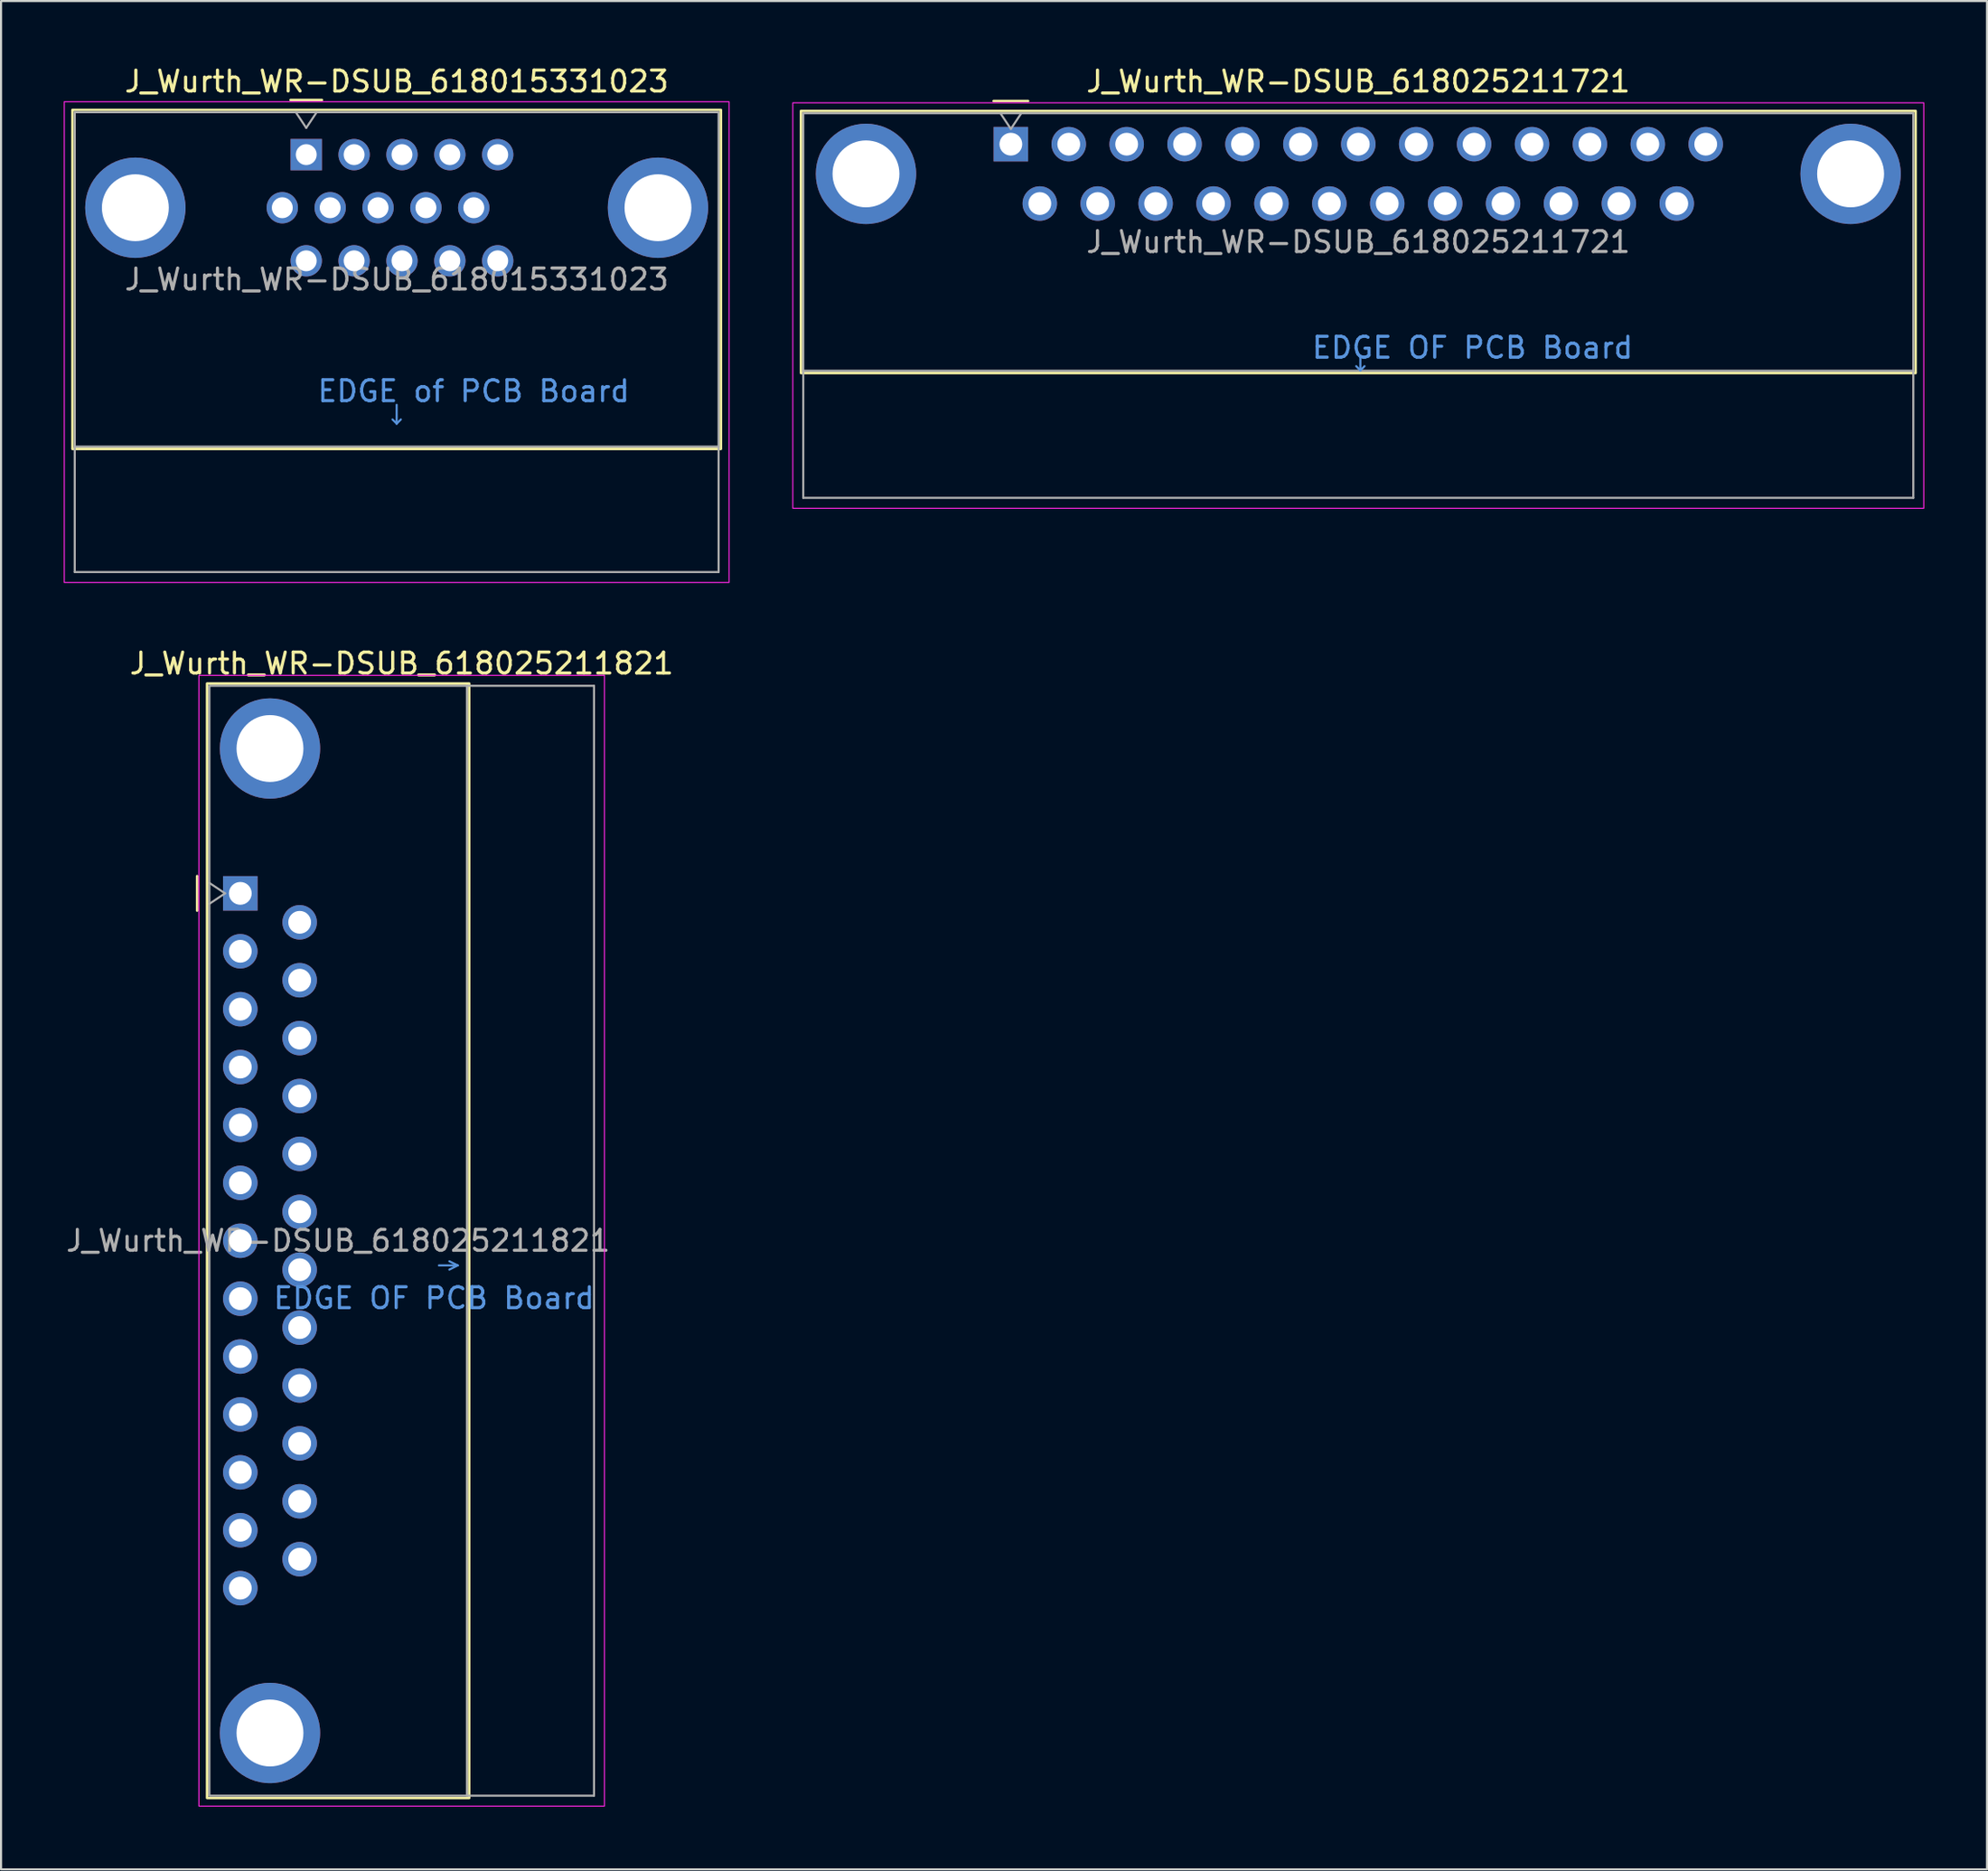
<source format=kicad_pcb>
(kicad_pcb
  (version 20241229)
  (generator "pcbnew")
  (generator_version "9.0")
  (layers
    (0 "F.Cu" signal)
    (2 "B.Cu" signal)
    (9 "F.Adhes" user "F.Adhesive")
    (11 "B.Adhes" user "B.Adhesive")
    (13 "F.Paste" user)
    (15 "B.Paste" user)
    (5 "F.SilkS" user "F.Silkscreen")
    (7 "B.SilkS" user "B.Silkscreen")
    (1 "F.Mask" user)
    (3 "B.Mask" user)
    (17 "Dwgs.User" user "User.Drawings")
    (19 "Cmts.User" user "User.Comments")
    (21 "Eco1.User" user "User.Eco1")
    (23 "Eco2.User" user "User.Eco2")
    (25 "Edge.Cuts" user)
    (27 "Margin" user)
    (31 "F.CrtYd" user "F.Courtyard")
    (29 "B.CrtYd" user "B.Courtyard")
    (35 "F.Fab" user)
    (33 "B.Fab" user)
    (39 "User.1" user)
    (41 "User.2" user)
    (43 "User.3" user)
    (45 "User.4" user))
  (footprint "J_Wurth_WR-DSUB_618015331023"
    (layer "F.Cu")
    (at 11.599 4.348)
    (property "Reference" "J_Wurth_WR-DSUB_618015331023" (at 4.326 -3.5 0) (unlocked yes) (layer "F.SilkS") (effects (font (size 1 1) (thickness 0.15))))
    (attr through_hole)
    (fp_line (start 0.75 -2.615) (end -0.75 -2.615) (stroke (width 0.12) (type solid)) (layer "F.SilkS"))
    (fp_rect (start -11.184 -2.14) (end 19.836 14.08) (stroke (width 0.12) (type solid)) (fill no) (layer "F.SilkS"))
    (fp_line (start 4.326 11.97) (end 4.326 12.87) (stroke (width 0.1) (type solid)) (layer "Cmts.User"))
    (fp_line (start 4.326 12.87) (end 4.126 12.67) (stroke (width 0.1) (type solid)) (layer "Cmts.User"))
    (fp_line (start 4.326 12.87) (end 4.526 12.67) (stroke (width 0.1) (type solid)) (layer "Cmts.User"))
    (fp_rect (start -11.574 -2.53) (end 20.226 20.47) (stroke (width 0.05) (type solid)) (fill no) (layer "F.CrtYd"))
    (fp_line (start -11.074 19.97) (end -11.074 13.97) (stroke (width 0.1) (type solid)) (layer "F.Fab"))
    (fp_line (start 0 -1.28) (end -0.5 -2.03) (stroke (width 0.1) (type solid)) (layer "F.Fab"))
    (fp_line (start 0 -1.28) (end 0.5 -2.03) (stroke (width 0.1) (type solid)) (layer "F.Fab"))
    (fp_line (start 19.726 13.97) (end 19.726 19.97) (stroke (width 0.1) (type solid)) (layer "F.Fab"))
    (fp_line (start 19.726 19.97) (end -11.074 19.97) (stroke (width 0.1) (type solid)) (layer "F.Fab"))
    (fp_rect (start -11.074 -2.03) (end 19.726 13.97) (stroke (width 0.1) (type solid)) (fill no) (layer "F.Fab"))
    (fp_text user " EDGE of PCB Board" (at -0.304 11.9 0) (unlocked yes) (layer "Cmts.User") (effects (font (size 1 1) (thickness 0.15)) (justify left bottom)))
    (fp_text user "${REFERENCE}" (at 4.326 5.97 0) (unlocked yes) (layer "F.Fab") (effects (font (size 1 1) (thickness 0.15))))
    (pad "1" thru_hole rect (at 0 0) (size 1.5 1.5) (drill 1) (layers "*.Cu" "*.Mask"))
    (pad "2" thru_hole circle (at 2.29 0) (size 1.5 1.5) (drill 1) (layers "*.Cu" "*.Mask"))
    (pad "3" thru_hole circle (at 4.58 0) (size 1.5 1.5) (drill 1) (layers "*.Cu" "*.Mask"))
    (pad "4" thru_hole circle (at 6.87 0) (size 1.5 1.5) (drill 1) (layers "*.Cu" "*.Mask"))
    (pad "5" thru_hole circle (at 9.16 0) (size 1.5 1.5) (drill 1) (layers "*.Cu" "*.Mask"))
    (pad "6" thru_hole circle (at -1.145 2.54) (size 1.5 1.5) (drill 1) (layers "*.Cu" "*.Mask"))
    (pad "7" thru_hole circle (at 1.145 2.54) (size 1.5 1.5) (drill 1) (layers "*.Cu" "*.Mask"))
    (pad "8" thru_hole circle (at 3.435 2.54) (size 1.5 1.5) (drill 1) (layers "*.Cu" "*.Mask"))
    (pad "9" thru_hole circle (at 5.725 2.54) (size 1.5 1.5) (drill 1) (layers "*.Cu" "*.Mask"))
    (pad "10" thru_hole circle (at 8.015 2.54) (size 1.5 1.5) (drill 1) (layers "*.Cu" "*.Mask"))
    (pad "11" thru_hole circle (at 0 5.08) (size 1.5 1.5) (drill 1) (layers "*.Cu" "*.Mask"))
    (pad "12" thru_hole circle (at 2.29 5.08) (size 1.5 1.5) (drill 1) (layers "*.Cu" "*.Mask"))
    (pad "13" thru_hole circle (at 4.58 5.08) (size 1.5 1.5) (drill 1) (layers "*.Cu" "*.Mask"))
    (pad "14" thru_hole circle (at 6.87 5.08) (size 1.5 1.5) (drill 1) (layers "*.Cu" "*.Mask"))
    (pad "15" thru_hole circle (at 9.16 5.08) (size 1.5 1.5) (drill 1) (layers "*.Cu" "*.Mask"))
    (pad "S1" thru_hole circle (at -8.174 2.54) (size 4.8 4.8) (drill 3.2) (layers "*.Cu" "*.Mask"))
    (pad "S2" thru_hole circle (at 16.826 2.54) (size 4.8 4.8) (drill 3.2) (layers "*.Cu" "*.Mask")))
  (footprint "J_Wurth_WR-DSUB_618025211821"
    (layer "F.Cu")
    (at 8.445 39.691)
    (property "Reference" "J_Wurth_WR-DSUB_618025211821" (at 7.72 -11 0) (unlocked yes) (layer "F.SilkS") (effects (font (size 1 1) (thickness 0.15))))
    (attr through_hole)
    (fp_line (start -2.065 -0.825) (end -2.065 0.825) (stroke (width 0.12) (type solid)) (layer "F.SilkS"))
    (fp_rect (start -1.59 -10.04) (end 10.95 43.28) (stroke (width 0.12) (type solid)) (fill no) (layer "F.SilkS"))
    (fp_line (start 9.5 17.8) (end 10.4 17.8) (stroke (width 0.1) (type solid)) (layer "Cmts.User"))
    (fp_line (start 10.4 17.8) (end 10 17.6) (stroke (width 0.1) (type solid)) (layer "Cmts.User"))
    (fp_line (start 10.4 17.8) (end 10 18) (stroke (width 0.1) (type solid)) (layer "Cmts.User"))
    (fp_rect (start -1.98 -10.43) (end 17.42 43.67) (stroke (width 0.05) (type solid)) (fill no) (layer "F.CrtYd"))
    (fp_line (start -0.73 0) (end -1.48 -0.5) (stroke (width 0.1) (type solid)) (layer "F.Fab"))
    (fp_line (start -0.73 0) (end -1.48 0.5) (stroke (width 0.1) (type solid)) (layer "F.Fab"))
    (fp_line (start 10.84 -9.93) (end 16.92 -9.93) (stroke (width 0.1) (type solid)) (layer "F.Fab"))
    (fp_line (start 16.92 -9.93) (end 16.92 43.17) (stroke (width 0.1) (type solid)) (layer "F.Fab"))
    (fp_line (start 16.92 43.17) (end 10.84 43.17) (stroke (width 0.1) (type solid)) (layer "F.Fab"))
    (fp_rect (start -1.48 -9.93) (end 10.84 43.17) (stroke (width 0.1) (type solid)) (fill no) (layer "F.Fab"))
    (fp_text user "EDGE OF PCB Board" (at 1.5 19.95 0) (unlocked yes) (layer "Cmts.User") (effects (font (size 1 1) (thickness 0.15)) (justify left bottom)))
    (fp_text user "${REFERENCE}" (at 4.68 16.62 0) (unlocked yes) (layer "F.Fab") (effects (font (size 1 1) (thickness 0.15))))
    (pad "1" thru_hole rect (at 0 0 90) (size 1.65 1.65) (drill 1.09) (layers "*.Cu" "*.Mask"))
    (pad "2" thru_hole circle (at 0 2.77 90) (size 1.65 1.65) (drill 1.09) (layers "*.Cu" "*.Mask"))
    (pad "3" thru_hole circle (at 0 5.54 90) (size 1.65 1.65) (drill 1.09) (layers "*.Cu" "*.Mask"))
    (pad "4" thru_hole circle (at 0 8.31 90) (size 1.65 1.65) (drill 1.09) (layers "*.Cu" "*.Mask"))
    (pad "5" thru_hole circle (at 0 11.08 90) (size 1.65 1.65) (drill 1.09) (layers "*.Cu" "*.Mask"))
    (pad "6" thru_hole circle (at 0 13.85 90) (size 1.65 1.65) (drill 1.09) (layers "*.Cu" "*.Mask"))
    (pad "7" thru_hole circle (at 0 16.62 90) (size 1.65 1.65) (drill 1.09) (layers "*.Cu" "*.Mask"))
    (pad "8" thru_hole circle (at 0 19.39 90) (size 1.65 1.65) (drill 1.09) (layers "*.Cu" "*.Mask"))
    (pad "9" thru_hole circle (at 0 22.16 90) (size 1.65 1.65) (drill 1.09) (layers "*.Cu" "*.Mask"))
    (pad "10" thru_hole circle (at 0 24.93 90) (size 1.65 1.65) (drill 1.09) (layers "*.Cu" "*.Mask"))
    (pad "11" thru_hole circle (at 0 27.7 90) (size 1.65 1.65) (drill 1.09) (layers "*.Cu" "*.Mask"))
    (pad "12" thru_hole circle (at 0 30.47 90) (size 1.65 1.65) (drill 1.09) (layers "*.Cu" "*.Mask"))
    (pad "13" thru_hole circle (at 0 33.24 90) (size 1.65 1.65) (drill 1.09) (layers "*.Cu" "*.Mask"))
    (pad "14" thru_hole circle (at 2.84 1.385 90) (size 1.65 1.65) (drill 1.09) (layers "*.Cu" "*.Mask"))
    (pad "15" thru_hole circle (at 2.84 4.155 90) (size 1.65 1.65) (drill 1.09) (layers "*.Cu" "*.Mask"))
    (pad "16" thru_hole circle (at 2.84 6.925 90) (size 1.65 1.65) (drill 1.09) (layers "*.Cu" "*.Mask"))
    (pad "17" thru_hole circle (at 2.84 9.695 90) (size 1.65 1.65) (drill 1.09) (layers "*.Cu" "*.Mask"))
    (pad "18" thru_hole circle (at 2.84 12.465 90) (size 1.65 1.65) (drill 1.09) (layers "*.Cu" "*.Mask"))
    (pad "19" thru_hole circle (at 2.84 15.235 90) (size 1.65 1.65) (drill 1.09) (layers "*.Cu" "*.Mask"))
    (pad "20" thru_hole circle (at 2.84 18.005 90) (size 1.65 1.65) (drill 1.09) (layers "*.Cu" "*.Mask"))
    (pad "21" thru_hole circle (at 2.84 20.775 90) (size 1.65 1.65) (drill 1.09) (layers "*.Cu" "*.Mask"))
    (pad "22" thru_hole circle (at 2.84 23.545 90) (size 1.65 1.65) (drill 1.09) (layers "*.Cu" "*.Mask"))
    (pad "23" thru_hole circle (at 2.84 26.315 90) (size 1.65 1.65) (drill 1.09) (layers "*.Cu" "*.Mask"))
    (pad "24" thru_hole circle (at 2.84 29.085 90) (size 1.65 1.65) (drill 1.09) (layers "*.Cu" "*.Mask"))
    (pad "25" thru_hole circle (at 2.84 31.855 90) (size 1.65 1.65) (drill 1.09) (layers "*.Cu" "*.Mask"))
    (pad "S1" thru_hole circle (at 1.42 40.17 90) (size 4.8 4.8) (drill 3.2) (layers "*.Cu" "*.Mask"))
    (pad "S2" thru_hole circle (at 1.42 -6.93 90) (size 4.8 4.8) (drill 3.2) (layers "*.Cu" "*.Mask")))
  (footprint "J_Wurth_WR-DSUB_618025211721"
    (layer "F.Cu")
    (at 45.305 3.848)
    (property "Reference" "J_Wurth_WR-DSUB_618025211721" (at 16.62 -3 0) (unlocked yes) (layer "F.SilkS") (effects (font (size 1 1) (thickness 0.15))))
    (attr through_hole)
    (fp_line (start 0.825 -2.065) (end -0.825 -2.065) (stroke (width 0.12) (type solid)) (layer "F.SilkS"))
    (fp_rect (start -10.04 -1.59) (end 43.28 10.95) (stroke (width 0.12) (type solid)) (fill no) (layer "F.SilkS"))
    (fp_line (start 16.72 10.22) (end 16.72 10.82) (stroke (width 0.1) (type solid)) (layer "Cmts.User"))
    (fp_line (start 16.72 10.82) (end 16.52 10.62) (stroke (width 0.1) (type solid)) (layer "Cmts.User"))
    (fp_line (start 16.72 10.82) (end 16.92 10.62) (stroke (width 0.1) (type solid)) (layer "Cmts.User"))
    (fp_rect (start -10.43 -1.98) (end 43.67 17.42) (stroke (width 0.05) (type solid)) (fill no) (layer "F.CrtYd"))
    (fp_line (start -9.93 16.92) (end -9.93 10.84) (stroke (width 0.1) (type solid)) (layer "F.Fab"))
    (fp_line (start 0 -0.73) (end -0.5 -1.48) (stroke (width 0.1) (type solid)) (layer "F.Fab"))
    (fp_line (start 0 -0.73) (end 0.5 -1.48) (stroke (width 0.1) (type solid)) (layer "F.Fab"))
    (fp_line (start 43.17 10.84) (end 43.17 16.92) (stroke (width 0.1) (type solid)) (layer "F.Fab"))
    (fp_line (start 43.17 16.92) (end -9.93 16.92) (stroke (width 0.1) (type solid)) (layer "F.Fab"))
    (fp_rect (start -9.93 -1.48) (end 43.17 10.84) (stroke (width 0.1) (type solid)) (fill no) (layer "F.Fab"))
    (fp_text user "EDGE OF PCB Board" (at 14.32 10.32 0) (unlocked yes) (layer "Cmts.User") (effects (font (size 1 1) (thickness 0.15)) (justify left bottom)))
    (fp_text user "${REFERENCE}" (at 16.62 4.68 0) (unlocked yes) (layer "F.Fab") (effects (font (size 1 1) (thickness 0.15))))
    (pad "1" thru_hole rect (at 0 0) (size 1.65 1.65) (drill 1.09) (layers "*.Cu" "*.Mask"))
    (pad "2" thru_hole circle (at 2.77 0) (size 1.65 1.65) (drill 1.09) (layers "*.Cu" "*.Mask"))
    (pad "3" thru_hole circle (at 5.54 0) (size 1.65 1.65) (drill 1.09) (layers "*.Cu" "*.Mask"))
    (pad "4" thru_hole circle (at 8.31 0) (size 1.65 1.65) (drill 1.09) (layers "*.Cu" "*.Mask"))
    (pad "5" thru_hole circle (at 11.08 0) (size 1.65 1.65) (drill 1.09) (layers "*.Cu" "*.Mask"))
    (pad "6" thru_hole circle (at 13.85 0) (size 1.65 1.65) (drill 1.09) (layers "*.Cu" "*.Mask"))
    (pad "7" thru_hole circle (at 16.62 0) (size 1.65 1.65) (drill 1.09) (layers "*.Cu" "*.Mask"))
    (pad "8" thru_hole circle (at 19.39 0) (size 1.65 1.65) (drill 1.09) (layers "*.Cu" "*.Mask"))
    (pad "9" thru_hole circle (at 22.16 0) (size 1.65 1.65) (drill 1.09) (layers "*.Cu" "*.Mask"))
    (pad "10" thru_hole circle (at 24.93 0) (size 1.65 1.65) (drill 1.09) (layers "*.Cu" "*.Mask"))
    (pad "11" thru_hole circle (at 27.7 0) (size 1.65 1.65) (drill 1.09) (layers "*.Cu" "*.Mask"))
    (pad "12" thru_hole circle (at 30.47 0) (size 1.65 1.65) (drill 1.09) (layers "*.Cu" "*.Mask"))
    (pad "13" thru_hole circle (at 33.24 0) (size 1.65 1.65) (drill 1.09) (layers "*.Cu" "*.Mask"))
    (pad "14" thru_hole circle (at 1.385 2.84) (size 1.65 1.65) (drill 1.09) (layers "*.Cu" "*.Mask"))
    (pad "15" thru_hole circle (at 4.155 2.84) (size 1.65 1.65) (drill 1.09) (layers "*.Cu" "*.Mask"))
    (pad "16" thru_hole circle (at 6.925 2.84) (size 1.65 1.65) (drill 1.09) (layers "*.Cu" "*.Mask"))
    (pad "17" thru_hole circle (at 9.695 2.84) (size 1.65 1.65) (drill 1.09) (layers "*.Cu" "*.Mask"))
    (pad "18" thru_hole circle (at 12.465 2.84) (size 1.65 1.65) (drill 1.09) (layers "*.Cu" "*.Mask"))
    (pad "19" thru_hole circle (at 15.235 2.84) (size 1.65 1.65) (drill 1.09) (layers "*.Cu" "*.Mask"))
    (pad "20" thru_hole circle (at 18.005 2.84) (size 1.65 1.65) (drill 1.09) (layers "*.Cu" "*.Mask"))
    (pad "21" thru_hole circle (at 20.775 2.84) (size 1.65 1.65) (drill 1.09) (layers "*.Cu" "*.Mask"))
    (pad "22" thru_hole circle (at 23.545 2.84) (size 1.65 1.65) (drill 1.09) (layers "*.Cu" "*.Mask"))
    (pad "23" thru_hole circle (at 26.315 2.84) (size 1.65 1.65) (drill 1.09) (layers "*.Cu" "*.Mask"))
    (pad "24" thru_hole circle (at 29.085 2.84) (size 1.65 1.65) (drill 1.09) (layers "*.Cu" "*.Mask"))
    (pad "25" thru_hole circle (at 31.855 2.84) (size 1.65 1.65) (drill 1.09) (layers "*.Cu" "*.Mask"))
    (pad "S1" thru_hole circle (at -6.93 1.42) (size 4.8 4.8) (drill 3.2) (layers "*.Cu" "*.Mask"))
    (pad "S2" thru_hole circle (at 40.17 1.42) (size 4.8 4.8) (drill 3.2) (layers "*.Cu" "*.Mask")))
  (gr_rect
    (start -3 -3)
    (end 92 86.386)
    (stroke (width 0.1) (type default))
    (fill no)
    (layer "Edge.Cuts")))
</source>
